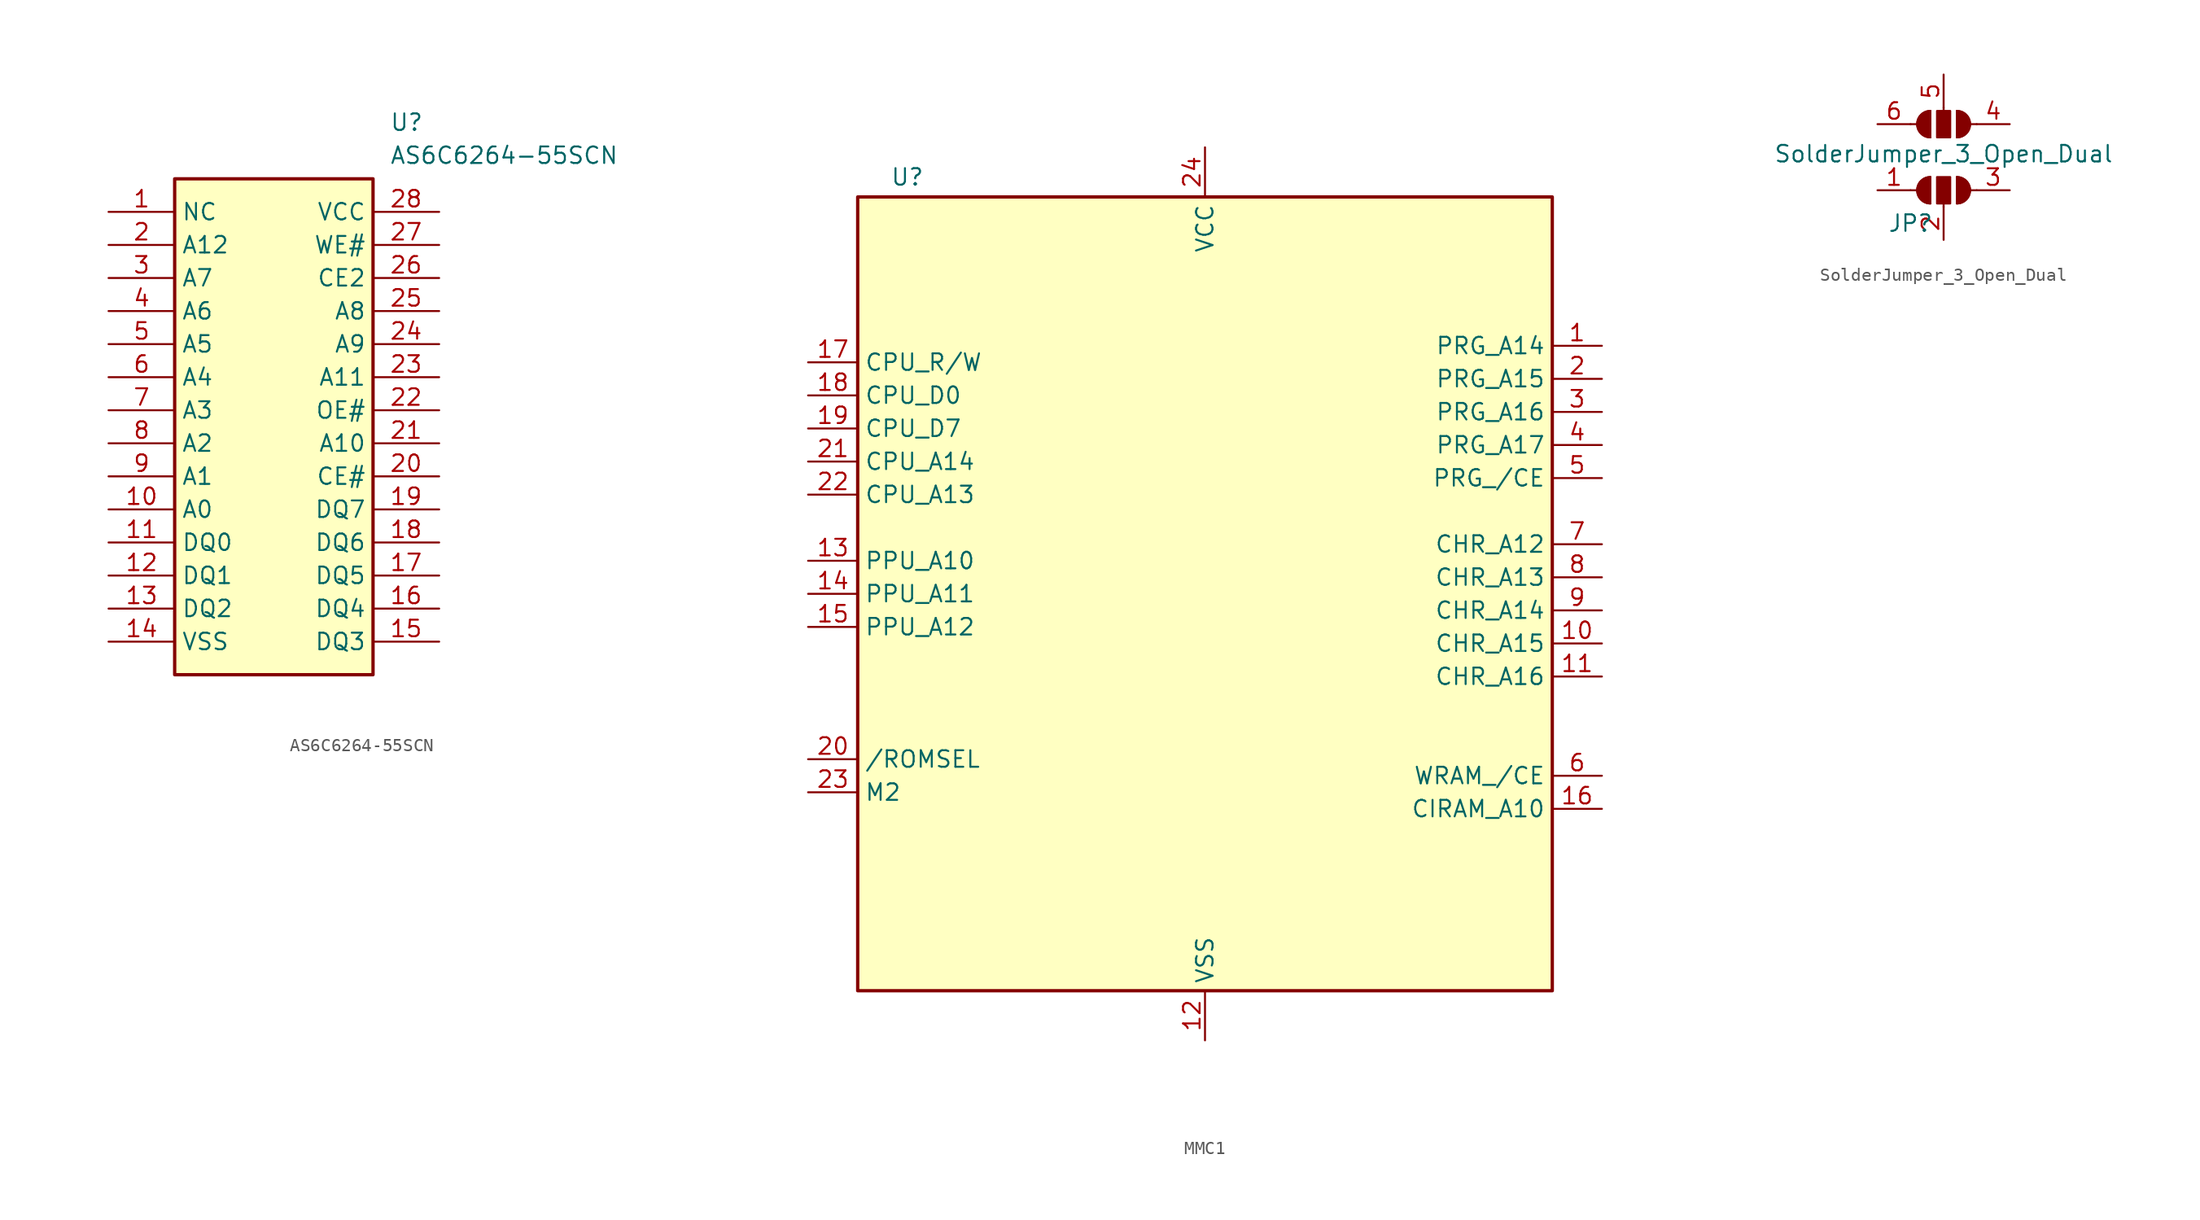
<source format=kicad_sym>
(kicad_symbol_lib
  (version 20241209)
  (generator "kicad_symbol_editor")
  (generator_version "9.0")
  (symbol "AS6C6264-55SCN"
    (property "Reference" "U"
      (at 21.59 7.62 0)
      (effects (font (size 1.27 1.27)) (justify left top)))
    (property "Value" "AS6C6264-55SCN"
      (at 21.59 5.08 0)
      (effects (font (size 1.27 1.27)) (justify left top)))
    (symbol "AS6C6264-55SCN_1_1"
      (rectangle (start 5.08 2.54) (end 20.32 -35.56) (stroke (width 0.254) (type default)) (fill (type background)))
      (pin power_in line (at 0 0 0) (length 5.08) (name "NC" (effects (font (size 1.27 1.27)))) (number "1" (effects (font (size 1.27 1.27)))))
      (pin passive line (at 0 -2.54 0) (length 5.08) (name "A12" (effects (font (size 1.27 1.27)))) (number "2" (effects (font (size 1.27 1.27)))))
      (pin passive line (at 0 -5.08 0) (length 5.08) (name "A7" (effects (font (size 1.27 1.27)))) (number "3" (effects (font (size 1.27 1.27)))))
      (pin passive line (at 0 -7.62 0) (length 5.08) (name "A6" (effects (font (size 1.27 1.27)))) (number "4" (effects (font (size 1.27 1.27)))))
      (pin passive line (at 0 -10.16 0) (length 5.08) (name "A5" (effects (font (size 1.27 1.27)))) (number "5" (effects (font (size 1.27 1.27)))))
      (pin passive line (at 0 -12.7 0) (length 5.08) (name "A4" (effects (font (size 1.27 1.27)))) (number "6" (effects (font (size 1.27 1.27)))))
      (pin passive line (at 0 -15.24 0) (length 5.08) (name "A3" (effects (font (size 1.27 1.27)))) (number "7" (effects (font (size 1.27 1.27)))))
      (pin passive line (at 0 -17.78 0) (length 5.08) (name "A2" (effects (font (size 1.27 1.27)))) (number "8" (effects (font (size 1.27 1.27)))))
      (pin passive line (at 0 -20.32 0) (length 5.08) (name "A1" (effects (font (size 1.27 1.27)))) (number "9" (effects (font (size 1.27 1.27)))))
      (pin passive line (at 0 -22.86 0) (length 5.08) (name "A0" (effects (font (size 1.27 1.27)))) (number "10" (effects (font (size 1.27 1.27)))))
      (pin passive line (at 0 -25.4 0) (length 5.08) (name "DQ0" (effects (font (size 1.27 1.27)))) (number "11" (effects (font (size 1.27 1.27)))))
      (pin passive line (at 0 -27.94 0) (length 5.08) (name "DQ1" (effects (font (size 1.27 1.27)))) (number "12" (effects (font (size 1.27 1.27)))))
      (pin passive line (at 0 -30.48 0) (length 5.08) (name "DQ2" (effects (font (size 1.27 1.27)))) (number "13" (effects (font (size 1.27 1.27)))))
      (pin passive line (at 0 -33.02 0) (length 5.08) (name "VSS" (effects (font (size 1.27 1.27)))) (number "14" (effects (font (size 1.27 1.27)))))
      (pin passive line (at 25.4 0 180) (length 5.08) (name "VCC" (effects (font (size 1.27 1.27)))) (number "28" (effects (font (size 1.27 1.27)))))
      (pin passive line (at 25.4 -2.54 180) (length 5.08) (name "WE#" (effects (font (size 1.27 1.27)))) (number "27" (effects (font (size 1.27 1.27)))))
      (pin passive line (at 25.4 -5.08 180) (length 5.08) (name "CE2" (effects (font (size 1.27 1.27)))) (number "26" (effects (font (size 1.27 1.27)))))
      (pin passive line (at 25.4 -7.62 180) (length 5.08) (name "A8" (effects (font (size 1.27 1.27)))) (number "25" (effects (font (size 1.27 1.27)))))
      (pin passive line (at 25.4 -10.16 180) (length 5.08) (name "A9" (effects (font (size 1.27 1.27)))) (number "24" (effects (font (size 1.27 1.27)))))
      (pin passive line (at 25.4 -12.7 180) (length 5.08) (name "A11" (effects (font (size 1.27 1.27)))) (number "23" (effects (font (size 1.27 1.27)))))
      (pin passive line (at 25.4 -15.24 180) (length 5.08) (name "OE#" (effects (font (size 1.27 1.27)))) (number "22" (effects (font (size 1.27 1.27)))))
      (pin passive line (at 25.4 -17.78 180) (length 5.08) (name "A10" (effects (font (size 1.27 1.27)))) (number "21" (effects (font (size 1.27 1.27)))))
      (pin passive line (at 25.4 -20.32 180) (length 5.08) (name "CE#" (effects (font (size 1.27 1.27)))) (number "20" (effects (font (size 1.27 1.27)))))
      (pin passive line (at 25.4 -22.86 180) (length 5.08) (name "DQ7" (effects (font (size 1.27 1.27)))) (number "19" (effects (font (size 1.27 1.27)))))
      (pin passive line (at 25.4 -25.4 180) (length 5.08) (name "DQ6" (effects (font (size 1.27 1.27)))) (number "18" (effects (font (size 1.27 1.27)))))
      (pin passive line (at 25.4 -27.94 180) (length 5.08) (name "DQ5" (effects (font (size 1.27 1.27)))) (number "17" (effects (font (size 1.27 1.27)))))
      (pin passive line (at 25.4 -30.48 180) (length 5.08) (name "DQ4" (effects (font (size 1.27 1.27)))) (number "16" (effects (font (size 1.27 1.27)))))
      (pin passive line (at 25.4 -33.02 180) (length 5.08) (name "DQ3" (effects (font (size 1.27 1.27)))) (number "15" (effects (font (size 1.27 1.27)))))))
  (symbol "MMC1"
    (property "Reference" "U"
      (at -22.86 32.004 0)
      (effects (font (size 1.27 1.27))))
    (property "Value" ""
      (at 0 30.48 0)
      (effects (font (size 1.27 1.27))))
    (symbol "MMC1_0_1"
      (rectangle (start -26.67 30.48) (end 26.67 -30.48) (stroke (width 0.254) (type default)) (fill (type background))))
    (symbol "MMC1_1_1"
      (pin input line (at -30.48 17.78 0) (length 3.81) (name "CPU_R/W" (effects (font (size 1.27 1.27)))) (number "17" (effects (font (size 1.27 1.27)))))
      (pin input line (at -30.48 15.24 0) (length 3.81) (name "CPU_D0" (effects (font (size 1.27 1.27)))) (number "18" (effects (font (size 1.27 1.27)))))
      (pin input line (at -30.48 12.7 0) (length 3.81) (name "CPU_D7" (effects (font (size 1.27 1.27)))) (number "19" (effects (font (size 1.27 1.27)))))
      (pin input line (at -30.48 10.16 0) (length 3.81) (name "CPU_A14" (effects (font (size 1.27 1.27)))) (number "21" (effects (font (size 1.27 1.27)))))
      (pin input line (at -30.48 7.62 0) (length 3.81) (name "CPU_A13" (effects (font (size 1.27 1.27)))) (number "22" (effects (font (size 1.27 1.27)))))
      (pin input line (at -30.48 2.54 0) (length 3.81) (name "PPU_A10" (effects (font (size 1.27 1.27)))) (number "13" (effects (font (size 1.27 1.27)))))
      (pin input line (at -30.48 0 0) (length 3.81) (name "PPU_A11" (effects (font (size 1.27 1.27)))) (number "14" (effects (font (size 1.27 1.27)))))
      (pin input line (at -30.48 -2.54 0) (length 3.81) (name "PPU_A12" (effects (font (size 1.27 1.27)))) (number "15" (effects (font (size 1.27 1.27)))))
      (pin input line (at -30.48 -12.7 0) (length 3.81) (name "/ROMSEL" (effects (font (size 1.27 1.27)))) (number "20" (effects (font (size 1.27 1.27)))))
      (pin input line (at -30.48 -15.24 0) (length 3.81) (name "M2" (effects (font (size 1.27 1.27)))) (number "23" (effects (font (size 1.27 1.27)))))
      (pin power_in line (at 0 34.29 270) (length 3.81) (name "VCC" (effects (font (size 1.27 1.27)))) (number "24" (effects (font (size 1.27 1.27)))))
      (pin power_in line (at 0 -34.29 90) (length 3.81) (name "VSS" (effects (font (size 1.27 1.27)))) (number "12" (effects (font (size 1.27 1.27)))))
      (pin output line (at 30.48 19.05 180) (length 3.81) (name "PRG_A14" (effects (font (size 1.27 1.27)))) (number "1" (effects (font (size 1.27 1.27)))))
      (pin output line (at 30.48 16.51 180) (length 3.81) (name "PRG_A15" (effects (font (size 1.27 1.27)))) (number "2" (effects (font (size 1.27 1.27)))))
      (pin output line (at 30.48 13.97 180) (length 3.81) (name "PRG_A16" (effects (font (size 1.27 1.27)))) (number "3" (effects (font (size 1.27 1.27)))))
      (pin output line (at 30.48 11.43 180) (length 3.81) (name "PRG_A17" (effects (font (size 1.27 1.27)))) (number "4" (effects (font (size 1.27 1.27)))))
      (pin output line (at 30.48 8.89 180) (length 3.81) (name "PRG_/CE" (effects (font (size 1.27 1.27)))) (number "5" (effects (font (size 1.27 1.27)))))
      (pin output line (at 30.48 3.81 180) (length 3.81) (name "CHR_A12" (effects (font (size 1.27 1.27)))) (number "7" (effects (font (size 1.27 1.27)))))
      (pin output line (at 30.48 1.27 180) (length 3.81) (name "CHR_A13" (effects (font (size 1.27 1.27)))) (number "8" (effects (font (size 1.27 1.27)))))
      (pin output line (at 30.48 -1.27 180) (length 3.81) (name "CHR_A14" (effects (font (size 1.27 1.27)))) (number "9" (effects (font (size 1.27 1.27)))))
      (pin output line (at 30.48 -3.81 180) (length 3.81) (name "CHR_A15" (effects (font (size 1.27 1.27)))) (number "10" (effects (font (size 1.27 1.27)))))
      (pin output line (at 30.48 -6.35 180) (length 3.81) (name "CHR_A16" (effects (font (size 1.27 1.27)))) (number "11" (effects (font (size 1.27 1.27)))))
      (pin output line (at 30.48 -13.97 180) (length 3.81) (name "WRAM_/CE" (effects (font (size 1.27 1.27)))) (number "6" (effects (font (size 1.27 1.27)))))
      (pin output line (at 30.48 -16.51 180) (length 3.81) (name "CIRAM_A10" (effects (font (size 1.27 1.27)))) (number "16" (effects (font (size 1.27 1.27)))))))
  (symbol "SolderJumper_3_Open_Dual"
    (pin_names
      (offset 0)
      (hide yes))
    (property "Reference" "JP"
      (at -2.54 -2.54 0)
      (effects (font (size 1.27 1.27))))
    (property "Value" "SolderJumper_3_Open_Dual"
      (at 0 2.794 0)
      (effects (font (size 1.27 1.27))))
    (symbol "SolderJumper_3_Open_Dual_0_1"
      (polyline (pts (xy -2.54 5.08) (xy -2.032 5.08)) (stroke (width 0) (type default)) (fill (type none)))
      (polyline (pts (xy -2.54 0) (xy -2.032 0)) (stroke (width 0) (type default)) (fill (type none)))
      (polyline (pts (xy -1.016 4.064) (xy -1.016 6.096)) (stroke (width 0) (type default)) (fill (type none)))
      (polyline (pts (xy -1.016 1.016) (xy -1.016 -1.016)) (stroke (width 0) (type default)) (fill (type none)))
      (arc (start -1.016 4.064) (mid -2.0276 5.08) (end -1.016 6.096) (stroke (width 0) (type default)) (fill (type none)))
      (arc (start -1.016 4.064) (mid -2.0276 5.08) (end -1.016 6.096) (stroke (width 0) (type default)) (fill (type outline)))
      (arc (start -1.016 -1.016) (mid -2.0276 0) (end -1.016 1.016) (stroke (width 0) (type default)) (fill (type none)))
      (arc (start -1.016 -1.016) (mid -2.0276 0) (end -1.016 1.016) (stroke (width 0) (type default)) (fill (type outline)))
      (rectangle (start -0.508 1.016) (end 0.508 -1.016) (stroke (width 0) (type default)) (fill (type outline)))
      (polyline (pts (xy 0 6.35) (xy 0 6.096)) (stroke (width 0) (type default)) (fill (type none)))
      (polyline (pts (xy 0 -1.27) (xy 0 -1.016)) (stroke (width 0) (type default)) (fill (type none)))
      (rectangle (start 0.508 4.064) (end -0.508 6.096) (stroke (width 0) (type default)) (fill (type outline)))
      (arc (start 1.016 6.096) (mid 2.0276 5.08) (end 1.016 4.064) (stroke (width 0) (type default)) (fill (type none)))
      (arc (start 1.016 6.096) (mid 2.0276 5.08) (end 1.016 4.064) (stroke (width 0) (type default)) (fill (type outline)))
      (arc (start 1.016 1.016) (mid 2.0276 0) (end 1.016 -1.016) (stroke (width 0) (type default)) (fill (type none)))
      (arc (start 1.016 1.016) (mid 2.0276 0) (end 1.016 -1.016) (stroke (width 0) (type default)) (fill (type outline)))
      (polyline (pts (xy 1.016 4.064) (xy 1.016 6.096)) (stroke (width 0) (type default)) (fill (type none)))
      (polyline (pts (xy 1.016 1.016) (xy 1.016 -1.016)) (stroke (width 0) (type default)) (fill (type none)))
      (polyline (pts (xy 2.54 5.08) (xy 2.032 5.08)) (stroke (width 0) (type default)) (fill (type none)))
      (polyline (pts (xy 2.54 0) (xy 2.032 0)) (stroke (width 0) (type default)) (fill (type none))))
    (symbol "SolderJumper_3_Open_Dual_1_1"
      (pin passive line (at -5.08 5.08 0) (length 2.54) (name "B" (effects (font (size 1.27 1.27)))) (number "6" (effects (font (size 1.27 1.27)))))
      (pin passive line (at -5.08 0 0) (length 2.54) (name "A" (effects (font (size 1.27 1.27)))) (number "1" (effects (font (size 1.27 1.27)))))
      (pin passive line (at 0 8.89 270) (length 2.54) (name "C" (effects (font (size 1.27 1.27)))) (number "5" (effects (font (size 1.27 1.27)))))
      (pin passive line (at 0 -3.81 90) (length 2.54) (name "C" (effects (font (size 1.27 1.27)))) (number "2" (effects (font (size 1.27 1.27)))))
      (pin passive line (at 5.08 5.08 180) (length 2.54) (name "A" (effects (font (size 1.27 1.27)))) (number "4" (effects (font (size 1.27 1.27)))))
      (pin passive line (at 5.08 0 180) (length 2.54) (name "B" (effects (font (size 1.27 1.27)))) (number "3" (effects (font (size 1.27 1.27))))))))
</source>
